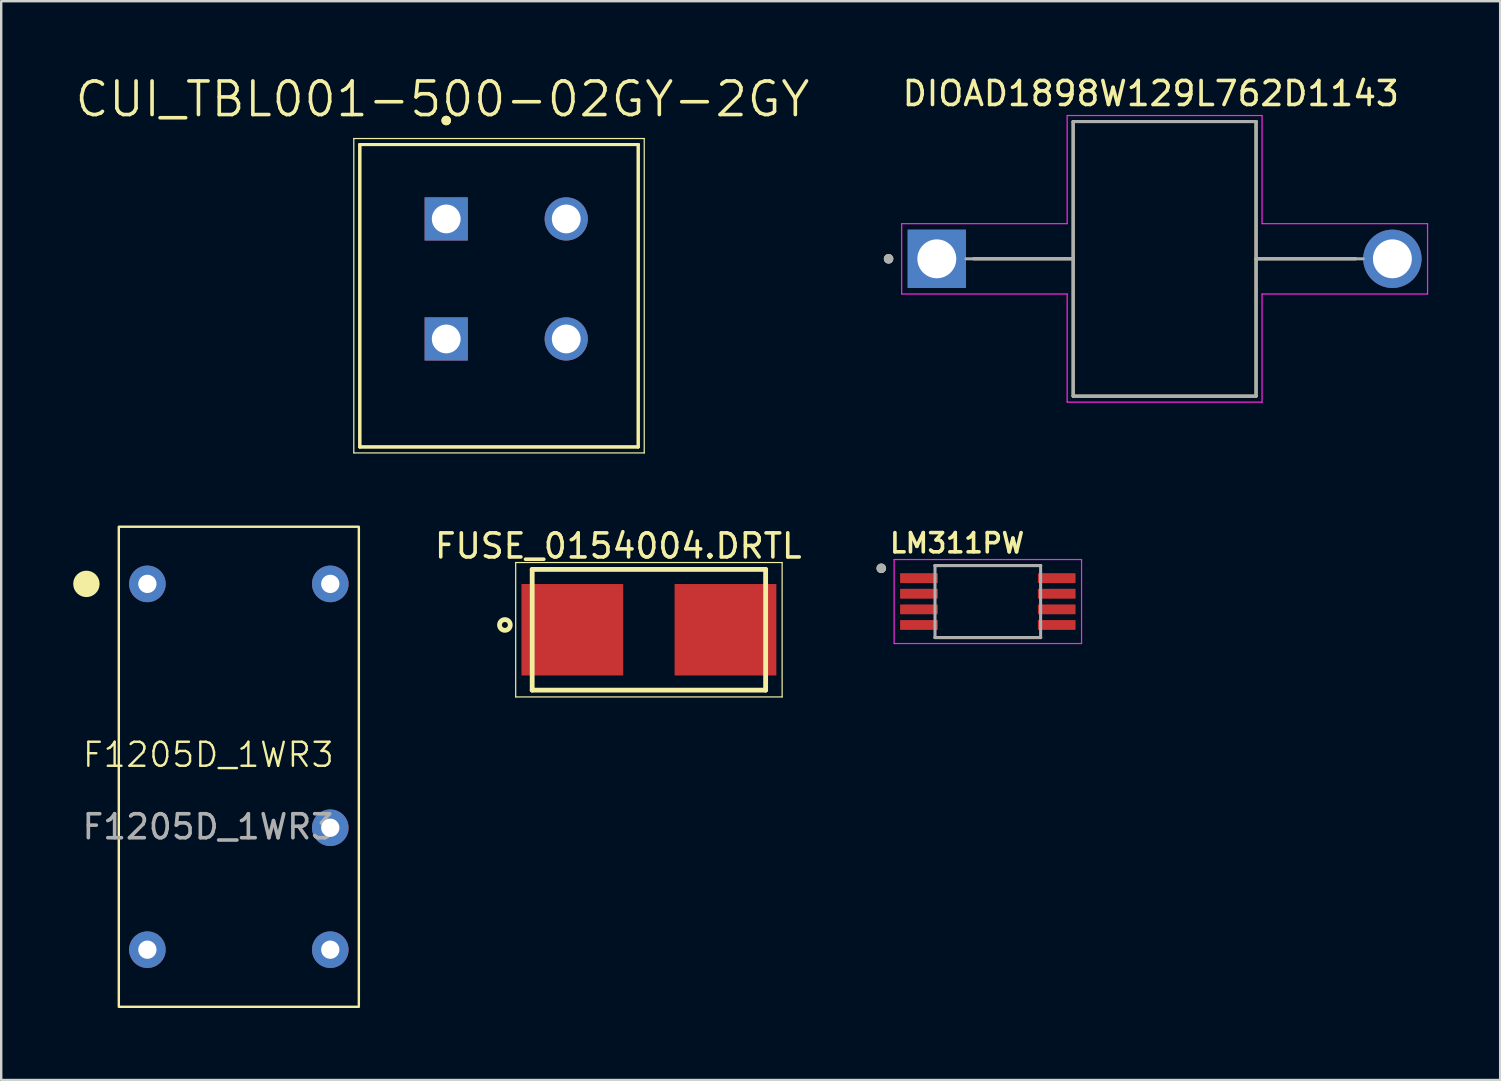
<source format=kicad_pcb>
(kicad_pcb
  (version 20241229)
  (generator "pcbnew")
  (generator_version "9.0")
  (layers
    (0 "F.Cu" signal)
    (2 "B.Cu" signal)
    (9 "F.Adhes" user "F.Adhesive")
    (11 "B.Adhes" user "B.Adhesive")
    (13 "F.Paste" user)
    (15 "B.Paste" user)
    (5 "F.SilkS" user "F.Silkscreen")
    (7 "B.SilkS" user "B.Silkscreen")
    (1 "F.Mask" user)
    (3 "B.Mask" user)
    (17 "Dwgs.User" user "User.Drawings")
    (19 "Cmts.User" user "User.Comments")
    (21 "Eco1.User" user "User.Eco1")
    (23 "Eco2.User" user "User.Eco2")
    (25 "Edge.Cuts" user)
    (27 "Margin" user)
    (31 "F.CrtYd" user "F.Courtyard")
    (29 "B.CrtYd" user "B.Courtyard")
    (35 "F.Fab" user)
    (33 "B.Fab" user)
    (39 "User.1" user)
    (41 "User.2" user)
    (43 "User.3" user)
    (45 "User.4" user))
  (footprint "LM311PW"
    (layer "F.Cu")
    (at 38.105 22.012)
    (property "Reference" "LM311PW" (at -1.28 -2.435 0) (layer "F.SilkS") (effects (font (size 0.8 0.8) (thickness 0.15))))
    (attr through_hole)
    (fp_line (start -2.2 -1.5) (end 2.2 -1.5) (stroke (width 0.127) (type solid)) (layer "F.SilkS"))
    (fp_line (start -2.2 1.5) (end 2.2 1.5) (stroke (width 0.127) (type solid)) (layer "F.SilkS"))
    (fp_circle (center -4.44 -1.385) (end -4.34 -1.385) (stroke (width 0.2) (type solid)) (fill no) (layer "F.SilkS"))
    (fp_line (start -3.905 -1.75) (end -3.905 1.75) (stroke (width 0.05) (type solid)) (layer "F.CrtYd"))
    (fp_line (start -3.905 -1.75) (end 3.905 -1.75) (stroke (width 0.05) (type solid)) (layer "F.CrtYd"))
    (fp_line (start -3.905 1.75) (end 3.905 1.75) (stroke (width 0.05) (type solid)) (layer "F.CrtYd"))
    (fp_line (start 3.905 -1.75) (end 3.905 1.75) (stroke (width 0.05) (type solid)) (layer "F.CrtYd"))
    (fp_line (start -2.2 -1.5) (end -2.2 1.5) (stroke (width 0.127) (type solid)) (layer "F.Fab"))
    (fp_line (start -2.2 -1.5) (end 2.2 -1.5) (stroke (width 0.127) (type solid)) (layer "F.Fab"))
    (fp_line (start -2.2 1.5) (end 2.2 1.5) (stroke (width 0.127) (type solid)) (layer "F.Fab"))
    (fp_line (start 2.2 -1.5) (end 2.2 1.5) (stroke (width 0.127) (type solid)) (layer "F.Fab"))
    (fp_circle (center -4.44 -1.385) (end -4.34 -1.385) (stroke (width 0.2) (type solid)) (fill no) (layer "F.Fab"))
    (pad "1" smd roundrect (at -2.87 -0.975) (size 1.57 0.41) (layers "F.Cu" "F.Mask" "F.Paste") (roundrect_rratio 0.05))
    (pad "2" smd roundrect (at -2.87 -0.325) (size 1.57 0.41) (layers "F.Cu" "F.Mask" "F.Paste") (roundrect_rratio 0.05))
    (pad "3" smd roundrect (at -2.87 0.325) (size 1.57 0.41) (layers "F.Cu" "F.Mask" "F.Paste") (roundrect_rratio 0.05))
    (pad "4" smd roundrect (at -2.87 0.975) (size 1.57 0.41) (layers "F.Cu" "F.Mask" "F.Paste") (roundrect_rratio 0.05))
    (pad "5" smd roundrect (at 2.87 0.975) (size 1.57 0.41) (layers "F.Cu" "F.Mask" "F.Paste") (roundrect_rratio 0.05))
    (pad "6" smd roundrect (at 2.87 0.325) (size 1.57 0.41) (layers "F.Cu" "F.Mask" "F.Paste") (roundrect_rratio 0.05))
    (pad "7" smd roundrect (at 2.87 -0.325) (size 1.57 0.41) (layers "F.Cu" "F.Mask" "F.Paste") (roundrect_rratio 0.05))
    (pad "8" smd roundrect (at 2.87 -0.975) (size 1.57 0.41) (layers "F.Cu" "F.Mask" "F.Paste") (roundrect_rratio 0.05)))
  (footprint "FUSE_0154004.DRTL"
    (layer "F.Cu")
    (at 23.985 23.187)
    (property "Reference" "FUSE_0154004.DRTL" (at -1.277 -3.491 0) (layer "F.SilkS") (effects (font (size 1.002 1.002) (thickness 0.15))))
    (attr through_hole)
    (fp_line (start -5.55 -2.8) (end 5.55 -2.8) (stroke (width 0.05) (type solid)) (layer "F.SilkS"))
    (fp_line (start -5.55 2.8) (end -5.55 -2.8) (stroke (width 0.05) (type solid)) (layer "F.SilkS"))
    (fp_line (start -4.863 -2.515) (end 4.863 -2.515) (stroke (width 0.2) (type solid)) (layer "F.SilkS"))
    (fp_line (start -4.863 2.515) (end -4.863 -2.515) (stroke (width 0.2) (type solid)) (layer "F.SilkS"))
    (fp_line (start 4.863 -2.515) (end 4.863 2.515) (stroke (width 0.2) (type solid)) (layer "F.SilkS"))
    (fp_line (start 4.863 2.515) (end -4.863 2.515) (stroke (width 0.2) (type solid)) (layer "F.SilkS"))
    (fp_line (start 5.55 -2.8) (end 5.55 2.8) (stroke (width 0.05) (type solid)) (layer "F.SilkS"))
    (fp_line (start 5.55 2.8) (end -5.55 2.8) (stroke (width 0.05) (type solid)) (layer "F.SilkS"))
    (fp_circle (center -6 -0.2) (end -5.776 -0.2) (stroke (width 0.2) (type solid)) (fill no) (layer "F.SilkS"))
    (pad "1" smd rect (at -3.19 0) (size 4.24 3.81) (layers "F.Cu" "F.Mask" "F.Paste"))
    (pad "2" smd rect (at 3.19 0) (size 4.24 3.81) (layers "F.Cu" "F.Mask" "F.Paste")))
  (footprint "DIOAD1898W129L762D1143"
    (layer "F.Cu")
    (at 45.47 7.733)
    (property "Reference" "DIOAD1898W129L762D1143" (at -0.575 -6.885 0) (layer "F.SilkS") (effects (font (size 1 1) (thickness 0.15))))
    (attr through_hole)
    (fp_line (start -7.96 0) (end -3.81 0) (stroke (width 0.127) (type solid)) (layer "F.SilkS"))
    (fp_line (start -3.81 -5.72) (end -3.81 0) (stroke (width 0.127) (type solid)) (layer "F.SilkS"))
    (fp_line (start -3.81 0) (end -3.81 5.72) (stroke (width 0.127) (type solid)) (layer "F.SilkS"))
    (fp_line (start -3.81 5.72) (end 3.81 5.72) (stroke (width 0.127) (type solid)) (layer "F.SilkS"))
    (fp_line (start 3.81 -5.72) (end -3.81 -5.72) (stroke (width 0.127) (type solid)) (layer "F.SilkS"))
    (fp_line (start 3.81 0) (end 3.81 -5.72) (stroke (width 0.127) (type solid)) (layer "F.SilkS"))
    (fp_line (start 3.81 5.72) (end 3.81 0) (stroke (width 0.127) (type solid)) (layer "F.SilkS"))
    (fp_line (start 7.96 0) (end 3.81 0) (stroke (width 0.127) (type solid)) (layer "F.SilkS"))
    (fp_circle (center -11.5 0) (end -11.4 0) (stroke (width 0.2) (type solid)) (fill no) (layer "F.SilkS"))
    (fp_line (start -10.955 -1.465) (end -4.06 -1.465) (stroke (width 0.05) (type solid)) (layer "F.CrtYd"))
    (fp_line (start -10.955 1.465) (end -10.955 -1.465) (stroke (width 0.05) (type solid)) (layer "F.CrtYd"))
    (fp_line (start -4.06 -5.97) (end 4.06 -5.97) (stroke (width 0.05) (type solid)) (layer "F.CrtYd"))
    (fp_line (start -4.06 -1.465) (end -4.06 -5.97) (stroke (width 0.05) (type solid)) (layer "F.CrtYd"))
    (fp_line (start -4.06 1.465) (end -10.955 1.465) (stroke (width 0.05) (type solid)) (layer "F.CrtYd"))
    (fp_line (start -4.06 5.97) (end -4.06 1.465) (stroke (width 0.05) (type solid)) (layer "F.CrtYd"))
    (fp_line (start 4.06 -5.97) (end 4.06 -1.465) (stroke (width 0.05) (type solid)) (layer "F.CrtYd"))
    (fp_line (start 4.06 -1.465) (end 10.955 -1.465) (stroke (width 0.05) (type solid)) (layer "F.CrtYd"))
    (fp_line (start 4.06 1.465) (end 4.06 5.97) (stroke (width 0.05) (type solid)) (layer "F.CrtYd"))
    (fp_line (start 4.06 5.97) (end -4.06 5.97) (stroke (width 0.05) (type solid)) (layer "F.CrtYd"))
    (fp_line (start 10.955 -1.465) (end 10.955 1.465) (stroke (width 0.05) (type solid)) (layer "F.CrtYd"))
    (fp_line (start 10.955 1.465) (end 4.06 1.465) (stroke (width 0.05) (type solid)) (layer "F.CrtYd"))
    (fp_line (start -8.275 0) (end -3.81 0) (stroke (width 0.127) (type solid)) (layer "F.Fab"))
    (fp_line (start -3.81 -5.72) (end -3.81 0) (stroke (width 0.127) (type solid)) (layer "F.Fab"))
    (fp_line (start -3.81 0) (end -3.81 5.72) (stroke (width 0.127) (type solid)) (layer "F.Fab"))
    (fp_line (start -3.81 5.72) (end 3.81 5.72) (stroke (width 0.127) (type solid)) (layer "F.Fab"))
    (fp_line (start 3.81 -5.72) (end -3.81 -5.72) (stroke (width 0.127) (type solid)) (layer "F.Fab"))
    (fp_line (start 3.81 0) (end 3.81 -5.72) (stroke (width 0.127) (type solid)) (layer "F.Fab"))
    (fp_line (start 3.81 5.72) (end 3.81 0) (stroke (width 0.127) (type solid)) (layer "F.Fab"))
    (fp_line (start 8.275 0) (end 3.81 0) (stroke (width 0.127) (type solid)) (layer "F.Fab"))
    (fp_circle (center -11.5 0) (end -11.4 0) (stroke (width 0.2) (type solid)) (fill no) (layer "F.Fab"))
    (pad "A" thru_hole circle (at 9.49 0) (size 2.43 2.43) (drill 1.62) (layers "*.Cu" "*.Mask"))
    (pad "C" thru_hole rect (at -9.49 0) (size 2.43 2.43) (drill 1.62) (layers "*.Cu" "*.Mask")))
  (footprint "F1205D_1WR3"
    (layer "F.Cu")
    (at 5.63 28.896)
    (property "Reference" "F1205D_1WR3" (at 0 -0.5 0) (unlocked yes) (layer "F.SilkS") (effects (font (size 1 1) (thickness 0.1))))
    (attr through_hole)
    (fp_rect (start -3.73 -10) (end 6.27 10) (stroke (width 0.1) (type default)) (fill no) (layer "F.SilkS"))
    (fp_circle (center -5.08 -7.62) (end -4.58 -7.62) (stroke (width 0.1) (type solid)) (fill yes) (layer "F.SilkS"))
    (fp_text user "${REFERENCE}" (at 0 2.5 0) (unlocked yes) (layer "F.Fab") (effects (font (size 1 1) (thickness 0.15))))
    (pad "1" thru_hole circle (at -2.54 -7.62) (size 1.524 1.524) (drill 0.762) (layers "*.Cu" "*.Mask"))
    (pad "7" thru_hole circle (at -2.54 7.62) (size 1.524 1.524) (drill 0.762) (layers "*.Cu" "*.Mask"))
    (pad "8" thru_hole circle (at 5.08 7.62) (size 1.524 1.524) (drill 0.762) (layers "*.Cu" "*.Mask"))
    (pad "10" thru_hole circle (at 5.08 2.54) (size 1.524 1.524) (drill 0.762) (layers "*.Cu" "*.Mask"))
    (pad "14" thru_hole circle (at 5.08 -7.62) (size 1.524 1.524) (drill 0.762) (layers "*.Cu" "*.Mask")))
  (footprint "CUI_TBL001-500-02GY-2GY"
    (layer "F.Cu")
    (at 15.54 6.071)
    (property "Reference" "CUI_TBL001-500-02GY-2GY" (at -0.155 -4.989 0) (layer "F.SilkS") (effects (font (size 1.4 1.4) (thickness 0.15))))
    (attr through_hole)
    (fp_line (start -3.85 -3.35) (end 8.25 -3.35) (stroke (width 0.05) (type solid)) (layer "F.SilkS"))
    (fp_line (start -3.85 9.75) (end -3.85 -3.35) (stroke (width 0.05) (type solid)) (layer "F.SilkS"))
    (fp_line (start -3.6 -3.1) (end 8 -3.1) (stroke (width 0.127) (type solid)) (layer "F.SilkS"))
    (fp_line (start -3.6 -3.1) (end 8 -3.1) (stroke (width 0.127) (type solid)) (layer "F.SilkS"))
    (fp_line (start -3.6 9.5) (end -3.6 -3.1) (stroke (width 0.127) (type solid)) (layer "F.SilkS"))
    (fp_line (start -3.6 9.5) (end -3.6 -3.1) (stroke (width 0.127) (type solid)) (layer "F.SilkS"))
    (fp_line (start 8 -3.1) (end 8 9.5) (stroke (width 0.127) (type solid)) (layer "F.SilkS"))
    (fp_line (start 8 -3.1) (end 8 9.5) (stroke (width 0.127) (type solid)) (layer "F.SilkS"))
    (fp_line (start 8 9.5) (end -3.6 9.5) (stroke (width 0.127) (type solid)) (layer "F.SilkS"))
    (fp_line (start 8 9.5) (end -3.6 9.5) (stroke (width 0.127) (type solid)) (layer "F.SilkS"))
    (fp_line (start 8.25 -3.35) (end 8.25 9.75) (stroke (width 0.05) (type solid)) (layer "F.SilkS"))
    (fp_line (start 8.25 9.75) (end -3.85 9.75) (stroke (width 0.05) (type solid)) (layer "F.SilkS"))
    (fp_circle (center 0 -4.1) (end 0.1 -4.1) (stroke (width 0.2) (type solid)) (fill no) (layer "F.SilkS"))
    (fp_circle (center 0 -4.1) (end 0.1 -4.1) (stroke (width 0.2) (type solid)) (fill no) (layer "F.SilkS"))
    (pad "1" thru_hole rect (at 0 0) (size 1.8 1.8) (drill 1.2) (layers "*.Cu" "*.Mask"))
    (pad "1" thru_hole rect (at 0 5) (size 1.8 1.8) (drill 1.2) (layers "*.Cu" "*.Mask"))
    (pad "2" thru_hole circle (at 5 0) (size 1.8 1.8) (drill 1.2) (layers "*.Cu" "*.Mask"))
    (pad "2" thru_hole circle (at 5 5) (size 1.8 1.8) (drill 1.2) (layers "*.Cu" "*.Mask")))
  (gr_rect
    (start -3 -3)
    (end 59.45 41.946)
    (stroke (width 0.1) (type default))
    (fill no)
    (layer "Edge.Cuts")))
</source>
